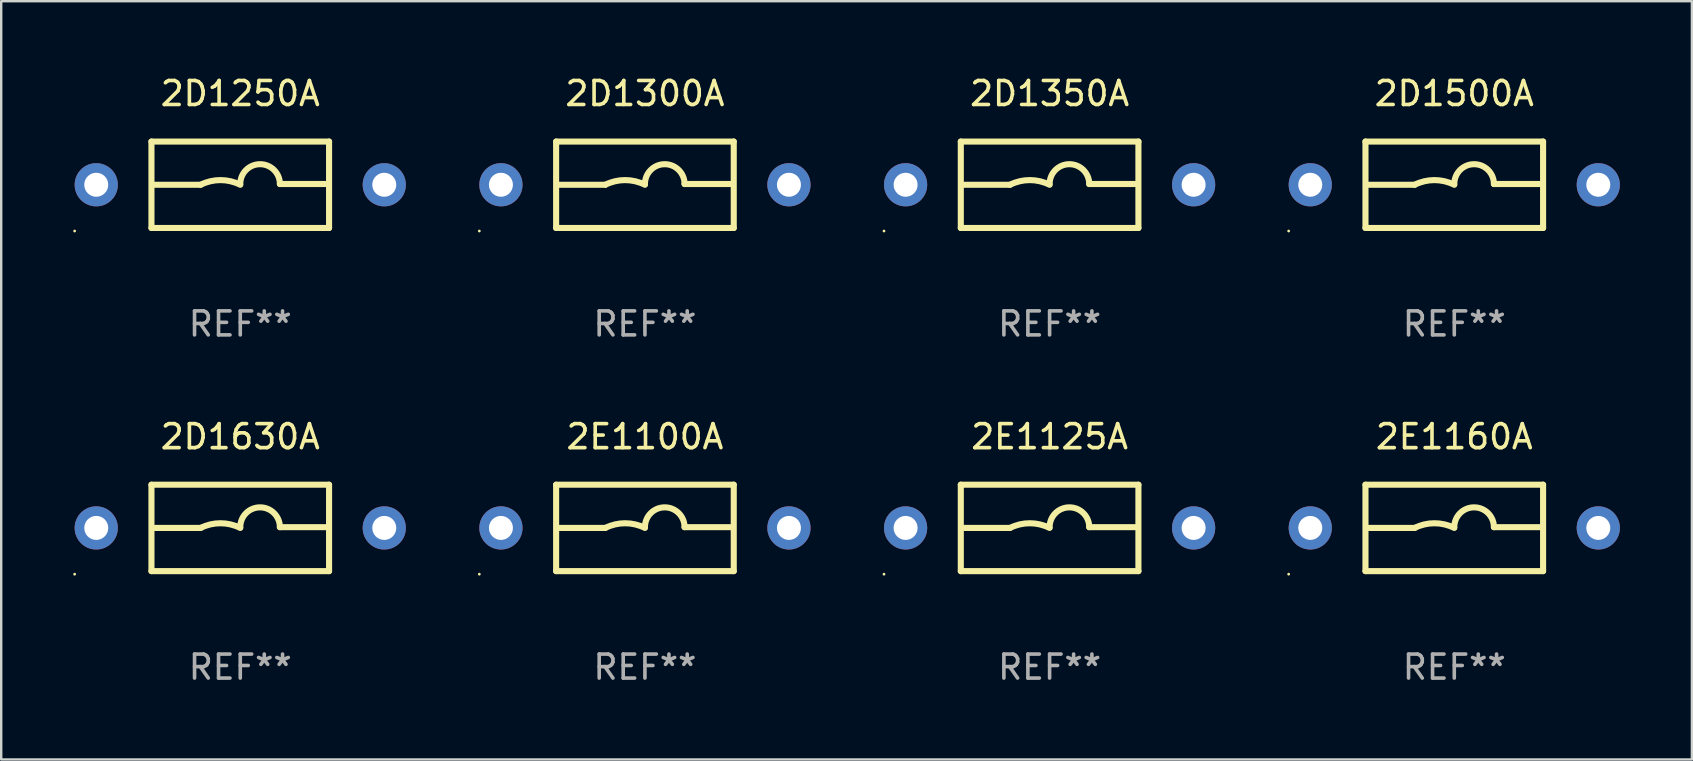
<source format=kicad_pcb>
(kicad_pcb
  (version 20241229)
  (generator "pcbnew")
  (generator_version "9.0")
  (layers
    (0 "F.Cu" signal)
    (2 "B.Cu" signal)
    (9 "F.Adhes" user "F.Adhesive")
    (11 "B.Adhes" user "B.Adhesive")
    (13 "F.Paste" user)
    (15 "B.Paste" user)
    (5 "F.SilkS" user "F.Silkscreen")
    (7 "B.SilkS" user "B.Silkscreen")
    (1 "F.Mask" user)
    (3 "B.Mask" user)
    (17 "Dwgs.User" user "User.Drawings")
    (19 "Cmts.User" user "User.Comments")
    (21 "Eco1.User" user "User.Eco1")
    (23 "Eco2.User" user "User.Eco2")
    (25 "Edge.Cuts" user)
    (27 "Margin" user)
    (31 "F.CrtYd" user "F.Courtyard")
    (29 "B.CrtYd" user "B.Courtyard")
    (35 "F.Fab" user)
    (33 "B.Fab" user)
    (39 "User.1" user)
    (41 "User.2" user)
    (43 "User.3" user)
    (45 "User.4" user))
  (footprint "2D1350A"
    (layer "F.Cu")
    (at 40.68 4.648)
    (property "Reference" "2D1350A" (at 0 -3.8 0) (layer "F.SilkS") (effects (font (size 1 1) (thickness 0.15))))
    (attr through_hole)
    (fp_line (start -3.7 -1.8) (end -3.7 1.8) (stroke (width 0.254) (type solid)) (layer "F.SilkS"))
    (fp_line (start -3.7 -1.8) (end 3.7 -1.8) (stroke (width 0.254) (type solid)) (layer "F.SilkS"))
    (fp_line (start -3.7 1.8) (end 3.7 1.8) (stroke (width 0.254) (type solid)) (layer "F.SilkS"))
    (fp_line (start -3.556 0) (end -1.651 0) (stroke (width 0.254) (type solid)) (layer "F.SilkS"))
    (fp_line (start 3.556 -0.032) (end 1.651 -0.032) (stroke (width 0.254) (type solid)) (layer "F.SilkS"))
    (fp_line (start 3.7 -1.8) (end 3.7 1.8) (stroke (width 0.254) (type solid)) (layer "F.SilkS"))
    (fp_arc (start -1.651003 0) (mid -0.825502 -0.194874) (end 0 0) (stroke (width 0.254001) (type solid)) (layer "F.SilkS"))
    (fp_arc (start 0.000025 -0.031699) (mid 0.825527 -0.857201) (end 1.651029 -0.031699) (stroke (width 0.254001) (type solid)) (layer "F.SilkS"))
    (fp_circle (center -6.9 1.927) (end -6.87 1.927) (stroke (width 0.06) (type solid)) (fill no) (layer "F.SilkS"))
    (fp_text user "REF**" (at 0 5.8 0) (layer "F.Fab") (effects (font (size 1 1) (thickness 0.15))))
    (pad "1" thru_hole circle (at -6 0) (size 1.8 1.8) (drill 1) (layers "*.Cu" "*.Mask"))
    (pad "2" thru_hole circle (at 6 0) (size 1.8 1.8) (drill 1) (layers "*.Cu" "*.Mask")))
  (footprint "2D1250A"
    (layer "F.Cu")
    (at 6.96 4.648)
    (property "Reference" "2D1250A" (at 0 -3.8 0) (layer "F.SilkS") (effects (font (size 1 1) (thickness 0.15))))
    (attr through_hole)
    (fp_line (start -3.7 -1.8) (end -3.7 1.8) (stroke (width 0.254) (type solid)) (layer "F.SilkS"))
    (fp_line (start -3.7 -1.8) (end 3.7 -1.8) (stroke (width 0.254) (type solid)) (layer "F.SilkS"))
    (fp_line (start -3.7 1.8) (end 3.7 1.8) (stroke (width 0.254) (type solid)) (layer "F.SilkS"))
    (fp_line (start -3.556 0) (end -1.651 0) (stroke (width 0.254) (type solid)) (layer "F.SilkS"))
    (fp_line (start 3.556 -0.032) (end 1.651 -0.032) (stroke (width 0.254) (type solid)) (layer "F.SilkS"))
    (fp_line (start 3.7 -1.8) (end 3.7 1.8) (stroke (width 0.254) (type solid)) (layer "F.SilkS"))
    (fp_arc (start -1.651003 0) (mid -0.825502 -0.194874) (end 0 0) (stroke (width 0.254001) (type solid)) (layer "F.SilkS"))
    (fp_arc (start 0.000025 -0.031699) (mid 0.825527 -0.857201) (end 1.651029 -0.031699) (stroke (width 0.254001) (type solid)) (layer "F.SilkS"))
    (fp_circle (center -6.9 1.927) (end -6.87 1.927) (stroke (width 0.06) (type solid)) (fill no) (layer "F.SilkS"))
    (fp_text user "REF**" (at 0 5.8 0) (layer "F.Fab") (effects (font (size 1 1) (thickness 0.15))))
    (pad "1" thru_hole circle (at -6 0) (size 1.8 1.8) (drill 1) (layers "*.Cu" "*.Mask"))
    (pad "2" thru_hole circle (at 6 0) (size 1.8 1.8) (drill 1) (layers "*.Cu" "*.Mask")))
  (footprint "2E1125A"
    (layer "F.Cu")
    (at 40.68 18.945)
    (property "Reference" "2E1125A" (at 0 -3.8 0) (layer "F.SilkS") (effects (font (size 1 1) (thickness 0.15))))
    (attr through_hole)
    (fp_line (start -3.7 -1.8) (end -3.7 1.8) (stroke (width 0.254) (type solid)) (layer "F.SilkS"))
    (fp_line (start -3.7 -1.8) (end 3.7 -1.8) (stroke (width 0.254) (type solid)) (layer "F.SilkS"))
    (fp_line (start -3.7 1.8) (end 3.7 1.8) (stroke (width 0.254) (type solid)) (layer "F.SilkS"))
    (fp_line (start -3.556 0) (end -1.651 0) (stroke (width 0.254) (type solid)) (layer "F.SilkS"))
    (fp_line (start 3.556 -0.032) (end 1.651 -0.032) (stroke (width 0.254) (type solid)) (layer "F.SilkS"))
    (fp_line (start 3.7 -1.8) (end 3.7 1.8) (stroke (width 0.254) (type solid)) (layer "F.SilkS"))
    (fp_arc (start -1.651003 0) (mid -0.825502 -0.194874) (end 0 0) (stroke (width 0.254001) (type solid)) (layer "F.SilkS"))
    (fp_arc (start 0.000025 -0.031699) (mid 0.825527 -0.857201) (end 1.651029 -0.031699) (stroke (width 0.254001) (type solid)) (layer "F.SilkS"))
    (fp_circle (center -6.9 1.927) (end -6.87 1.927) (stroke (width 0.06) (type solid)) (fill no) (layer "F.SilkS"))
    (fp_text user "REF**" (at 0 5.8 0) (layer "F.Fab") (effects (font (size 1 1) (thickness 0.15))))
    (pad "1" thru_hole circle (at -6 0) (size 1.8 1.8) (drill 1) (layers "*.Cu" "*.Mask"))
    (pad "2" thru_hole circle (at 6 0) (size 1.8 1.8) (drill 1) (layers "*.Cu" "*.Mask")))
  (footprint "2D1300A"
    (layer "F.Cu")
    (at 23.82 4.648)
    (property "Reference" "2D1300A" (at 0 -3.8 0) (layer "F.SilkS") (effects (font (size 1 1) (thickness 0.15))))
    (attr through_hole)
    (fp_line (start -3.7 -1.8) (end -3.7 1.8) (stroke (width 0.254) (type solid)) (layer "F.SilkS"))
    (fp_line (start -3.7 -1.8) (end 3.7 -1.8) (stroke (width 0.254) (type solid)) (layer "F.SilkS"))
    (fp_line (start -3.7 1.8) (end 3.7 1.8) (stroke (width 0.254) (type solid)) (layer "F.SilkS"))
    (fp_line (start -3.556 0) (end -1.651 0) (stroke (width 0.254) (type solid)) (layer "F.SilkS"))
    (fp_line (start 3.556 -0.032) (end 1.651 -0.032) (stroke (width 0.254) (type solid)) (layer "F.SilkS"))
    (fp_line (start 3.7 -1.8) (end 3.7 1.8) (stroke (width 0.254) (type solid)) (layer "F.SilkS"))
    (fp_arc (start -1.651003 0) (mid -0.825502 -0.194874) (end 0 0) (stroke (width 0.254001) (type solid)) (layer "F.SilkS"))
    (fp_arc (start 0.000025 -0.031699) (mid 0.825527 -0.857201) (end 1.651029 -0.031699) (stroke (width 0.254001) (type solid)) (layer "F.SilkS"))
    (fp_circle (center -6.9 1.927) (end -6.87 1.927) (stroke (width 0.06) (type solid)) (fill no) (layer "F.SilkS"))
    (fp_text user "REF**" (at 0 5.8 0) (layer "F.Fab") (effects (font (size 1 1) (thickness 0.15))))
    (pad "1" thru_hole circle (at -6 0) (size 1.8 1.8) (drill 1) (layers "*.Cu" "*.Mask"))
    (pad "2" thru_hole circle (at 6 0) (size 1.8 1.8) (drill 1) (layers "*.Cu" "*.Mask")))
  (footprint "2D1500A"
    (layer "F.Cu")
    (at 57.54 4.648)
    (property "Reference" "2D1500A" (at 0 -3.8 0) (layer "F.SilkS") (effects (font (size 1 1) (thickness 0.15))))
    (attr through_hole)
    (fp_line (start -3.7 -1.8) (end -3.7 1.8) (stroke (width 0.254) (type solid)) (layer "F.SilkS"))
    (fp_line (start -3.7 -1.8) (end 3.7 -1.8) (stroke (width 0.254) (type solid)) (layer "F.SilkS"))
    (fp_line (start -3.7 1.8) (end 3.7 1.8) (stroke (width 0.254) (type solid)) (layer "F.SilkS"))
    (fp_line (start -3.556 0) (end -1.651 0) (stroke (width 0.254) (type solid)) (layer "F.SilkS"))
    (fp_line (start 3.556 -0.032) (end 1.651 -0.032) (stroke (width 0.254) (type solid)) (layer "F.SilkS"))
    (fp_line (start 3.7 -1.8) (end 3.7 1.8) (stroke (width 0.254) (type solid)) (layer "F.SilkS"))
    (fp_arc (start -1.651003 0) (mid -0.825502 -0.194874) (end 0 0) (stroke (width 0.254001) (type solid)) (layer "F.SilkS"))
    (fp_arc (start 0.000025 -0.031699) (mid 0.825527 -0.857201) (end 1.651029 -0.031699) (stroke (width 0.254001) (type solid)) (layer "F.SilkS"))
    (fp_circle (center -6.9 1.927) (end -6.87 1.927) (stroke (width 0.06) (type solid)) (fill no) (layer "F.SilkS"))
    (fp_text user "REF**" (at 0 5.8 0) (layer "F.Fab") (effects (font (size 1 1) (thickness 0.15))))
    (pad "1" thru_hole circle (at -6 0) (size 1.8 1.8) (drill 1) (layers "*.Cu" "*.Mask"))
    (pad "2" thru_hole circle (at 6 0) (size 1.8 1.8) (drill 1) (layers "*.Cu" "*.Mask")))
  (footprint "2E1100A"
    (layer "F.Cu")
    (at 23.82 18.945)
    (property "Reference" "2E1100A" (at 0 -3.8 0) (layer "F.SilkS") (effects (font (size 1 1) (thickness 0.15))))
    (attr through_hole)
    (fp_line (start -3.7 -1.8) (end -3.7 1.8) (stroke (width 0.254) (type solid)) (layer "F.SilkS"))
    (fp_line (start -3.7 -1.8) (end 3.7 -1.8) (stroke (width 0.254) (type solid)) (layer "F.SilkS"))
    (fp_line (start -3.7 1.8) (end 3.7 1.8) (stroke (width 0.254) (type solid)) (layer "F.SilkS"))
    (fp_line (start -3.556 0) (end -1.651 0) (stroke (width 0.254) (type solid)) (layer "F.SilkS"))
    (fp_line (start 3.556 -0.032) (end 1.651 -0.032) (stroke (width 0.254) (type solid)) (layer "F.SilkS"))
    (fp_line (start 3.7 -1.8) (end 3.7 1.8) (stroke (width 0.254) (type solid)) (layer "F.SilkS"))
    (fp_arc (start -1.651003 0) (mid -0.825502 -0.194874) (end 0 0) (stroke (width 0.254001) (type solid)) (layer "F.SilkS"))
    (fp_arc (start 0.000025 -0.031699) (mid 0.825527 -0.857201) (end 1.651029 -0.031699) (stroke (width 0.254001) (type solid)) (layer "F.SilkS"))
    (fp_circle (center -6.9 1.927) (end -6.87 1.927) (stroke (width 0.06) (type solid)) (fill no) (layer "F.SilkS"))
    (fp_text user "REF**" (at 0 5.8 0) (layer "F.Fab") (effects (font (size 1 1) (thickness 0.15))))
    (pad "1" thru_hole circle (at -6 0) (size 1.8 1.8) (drill 1) (layers "*.Cu" "*.Mask"))
    (pad "2" thru_hole circle (at 6 0) (size 1.8 1.8) (drill 1) (layers "*.Cu" "*.Mask")))
  (footprint "2E1160A"
    (layer "F.Cu")
    (at 57.54 18.945)
    (property "Reference" "2E1160A" (at 0 -3.8 0) (layer "F.SilkS") (effects (font (size 1 1) (thickness 0.15))))
    (attr through_hole)
    (fp_line (start -3.7 -1.8) (end -3.7 1.8) (stroke (width 0.254) (type solid)) (layer "F.SilkS"))
    (fp_line (start -3.7 -1.8) (end 3.7 -1.8) (stroke (width 0.254) (type solid)) (layer "F.SilkS"))
    (fp_line (start -3.7 1.8) (end 3.7 1.8) (stroke (width 0.254) (type solid)) (layer "F.SilkS"))
    (fp_line (start -3.556 0) (end -1.651 0) (stroke (width 0.254) (type solid)) (layer "F.SilkS"))
    (fp_line (start 3.556 -0.032) (end 1.651 -0.032) (stroke (width 0.254) (type solid)) (layer "F.SilkS"))
    (fp_line (start 3.7 -1.8) (end 3.7 1.8) (stroke (width 0.254) (type solid)) (layer "F.SilkS"))
    (fp_arc (start -1.651003 0) (mid -0.825502 -0.194874) (end 0 0) (stroke (width 0.254001) (type solid)) (layer "F.SilkS"))
    (fp_arc (start 0.000025 -0.031699) (mid 0.825527 -0.857201) (end 1.651029 -0.031699) (stroke (width 0.254001) (type solid)) (layer "F.SilkS"))
    (fp_circle (center -6.9 1.927) (end -6.87 1.927) (stroke (width 0.06) (type solid)) (fill no) (layer "F.SilkS"))
    (fp_text user "REF**" (at 0 5.8 0) (layer "F.Fab") (effects (font (size 1 1) (thickness 0.15))))
    (pad "1" thru_hole circle (at -6 0) (size 1.8 1.8) (drill 1) (layers "*.Cu" "*.Mask"))
    (pad "2" thru_hole circle (at 6 0) (size 1.8 1.8) (drill 1) (layers "*.Cu" "*.Mask")))
  (footprint "2D1630A"
    (layer "F.Cu")
    (at 6.96 18.945)
    (property "Reference" "2D1630A" (at 0 -3.8 0) (layer "F.SilkS") (effects (font (size 1 1) (thickness 0.15))))
    (attr through_hole)
    (fp_line (start -3.7 -1.8) (end -3.7 1.8) (stroke (width 0.254) (type solid)) (layer "F.SilkS"))
    (fp_line (start -3.7 -1.8) (end 3.7 -1.8) (stroke (width 0.254) (type solid)) (layer "F.SilkS"))
    (fp_line (start -3.7 1.8) (end 3.7 1.8) (stroke (width 0.254) (type solid)) (layer "F.SilkS"))
    (fp_line (start -3.556 0) (end -1.651 0) (stroke (width 0.254) (type solid)) (layer "F.SilkS"))
    (fp_line (start 3.556 -0.032) (end 1.651 -0.032) (stroke (width 0.254) (type solid)) (layer "F.SilkS"))
    (fp_line (start 3.7 -1.8) (end 3.7 1.8) (stroke (width 0.254) (type solid)) (layer "F.SilkS"))
    (fp_arc (start -1.651003 0) (mid -0.825502 -0.194874) (end 0 0) (stroke (width 0.254001) (type solid)) (layer "F.SilkS"))
    (fp_arc (start 0.000025 -0.031699) (mid 0.825527 -0.857201) (end 1.651029 -0.031699) (stroke (width 0.254001) (type solid)) (layer "F.SilkS"))
    (fp_circle (center -6.9 1.927) (end -6.87 1.927) (stroke (width 0.06) (type solid)) (fill no) (layer "F.SilkS"))
    (fp_text user "REF**" (at 0 5.8 0) (layer "F.Fab") (effects (font (size 1 1) (thickness 0.15))))
    (pad "1" thru_hole circle (at -6 0) (size 1.8 1.8) (drill 1) (layers "*.Cu" "*.Mask"))
    (pad "2" thru_hole circle (at 6 0) (size 1.8 1.8) (drill 1) (layers "*.Cu" "*.Mask")))
  (gr_rect
    (start -3 -3)
    (end 67.44 28.593)
    (stroke (width 0.1) (type default))
    (fill no)
    (layer "Edge.Cuts")))
</source>
